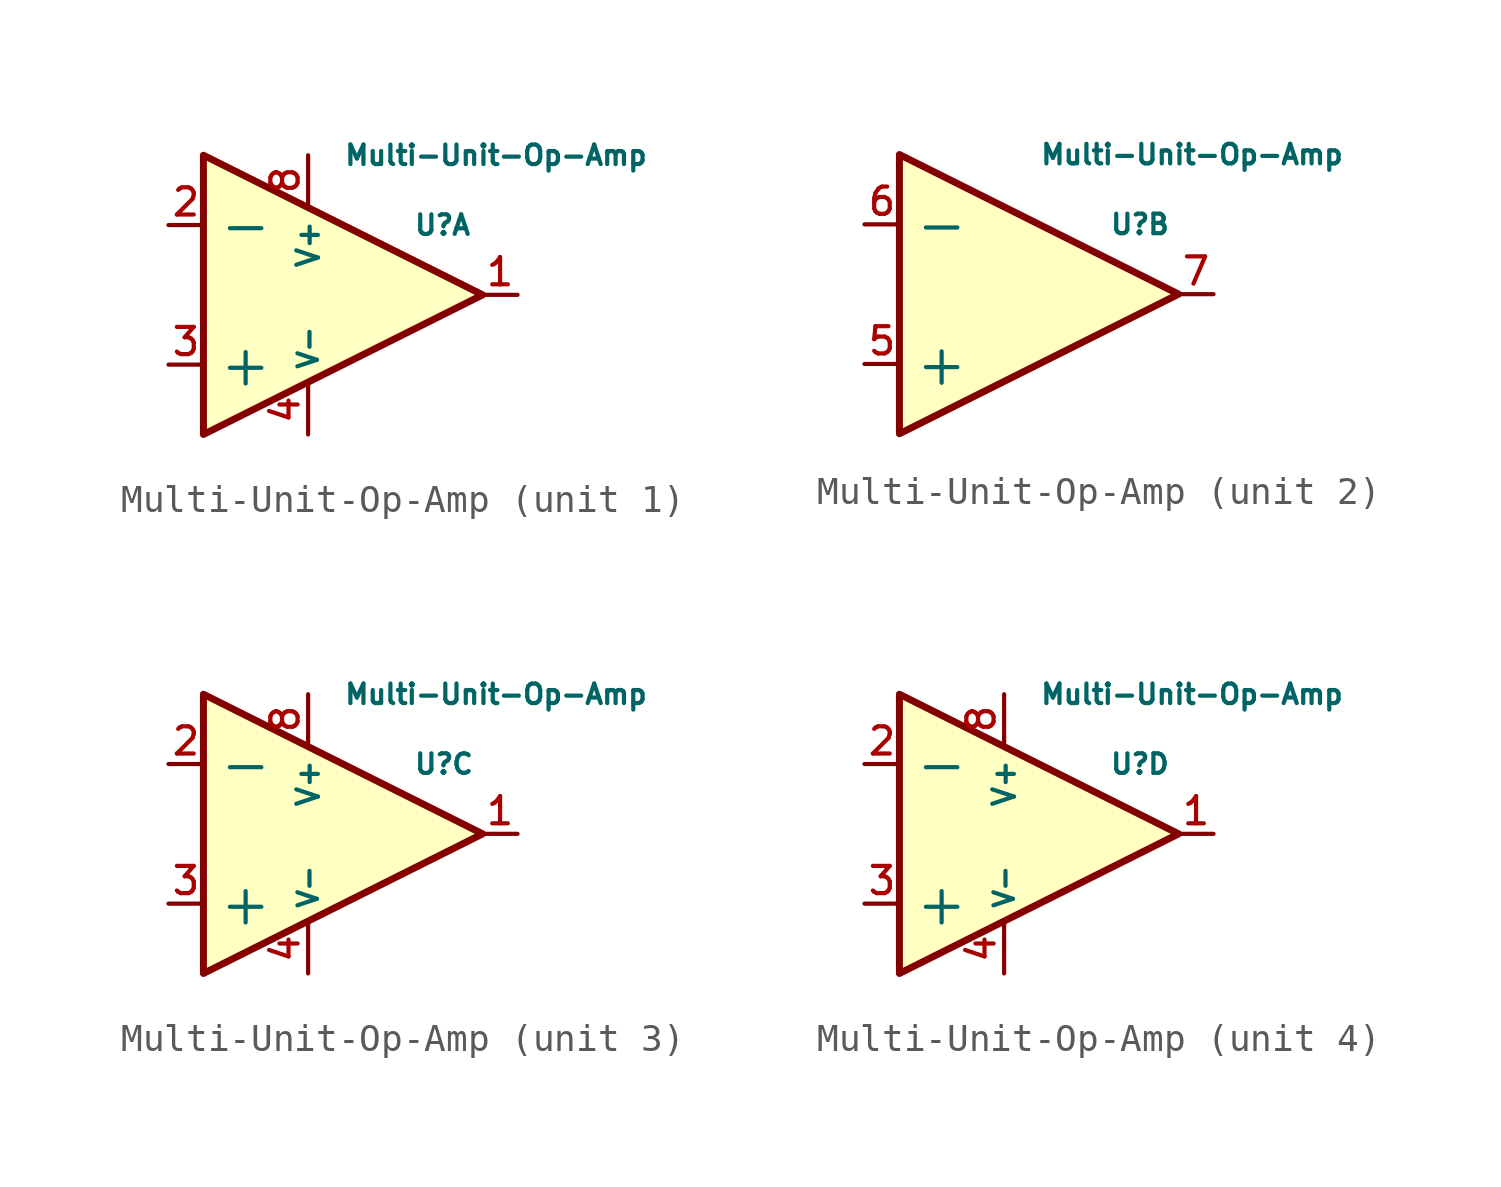
<source format=kicad_sym>
(kicad_symbol_lib
  (version 20220914)
  (generator kicad_symbol_editor)
  (symbol "Multi-Unit-Op-Amp"
    (property "Reference" "U"
      (at 3.81 2.54 0)
      (effects (font (size 0.711 0.711)) (justify left)))
    (property "Value" "Multi-Unit-Op-Amp"
      (at 1.27 5.08 0)
      (effects (font (size 0.711 0.711)) (justify left)))
    (symbol "Multi-Unit-Op-Amp_0_1"
      (polyline (pts (xy -3.81 -5.08) (xy 6.35 0) (xy -3.81 5.08) (xy -3.81 -5.08)) (stroke (width 0.254) (type solid)) (fill (type background))))
    (symbol "Multi-Unit-Op-Amp_1_1"
      (pin output line (at 7.62 0 180) (length 1.27) (name "~" (effects (font (size 0.991 0.991)))) (number "1" (effects (font (size 0.991 0.991)))))
      (pin input line (at -5.08 2.54 0) (length 1.27) (name "-" (effects (font (size 1.499 1.499)))) (number "2" (effects (font (size 0.991 0.991)))))
      (pin input line (at -5.08 -2.54 0) (length 1.27) (name "+" (effects (font (size 1.499 1.499)))) (number "3" (effects (font (size 0.991 0.991)))))
      (pin power_in line (at 0 -5.08 90) (length 1.803) (name "V-" (effects (font (size 0.711 0.711)))) (number "4" (effects (font (size 0.991 0.991)))))
      (pin power_in line (at 0 5.08 270) (length 1.803) (name "V+" (effects (font (size 0.787 0.787)))) (number "8" (effects (font (size 0.991 0.991))))))
    (symbol "Multi-Unit-Op-Amp_2_1"
      (pin input line (at -5.08 -2.54 0) (length 1.27) (name "+" (effects (font (size 1.499 1.499)))) (number "5" (effects (font (size 0.991 0.991)))))
      (pin input line (at -5.08 2.54 0) (length 1.27) (name "-" (effects (font (size 1.499 1.499)))) (number "6" (effects (font (size 0.991 0.991)))))
      (pin output line (at 7.62 0 180) (length 1.27) (name "~" (effects (font (size 0.991 0.991)))) (number "7" (effects (font (size 0.991 0.991))))))
    (symbol "Multi-Unit-Op-Amp_3_1"
      (pin output line (at 7.62 0 180) (length 1.27) (name "~" (effects (font (size 0.991 0.991)))) (number "1" (effects (font (size 0.991 0.991)))))
      (pin input line (at -5.08 2.54 0) (length 1.27) (name "-" (effects (font (size 1.499 1.499)))) (number "2" (effects (font (size 0.991 0.991)))))
      (pin input line (at -5.08 -2.54 0) (length 1.27) (name "+" (effects (font (size 1.499 1.499)))) (number "3" (effects (font (size 0.991 0.991)))))
      (pin power_in line (at 0 -5.08 90) (length 1.803) (name "V-" (effects (font (size 0.711 0.711)))) (number "4" (effects (font (size 0.991 0.991)))))
      (pin power_in line (at 0 5.08 270) (length 1.803) (name "V+" (effects (font (size 0.787 0.787)))) (number "8" (effects (font (size 0.991 0.991))))))
    (symbol "Multi-Unit-Op-Amp_4_1"
      (pin output line (at 7.62 0 180) (length 1.27) (name "~" (effects (font (size 0.991 0.991)))) (number "1" (effects (font (size 0.991 0.991)))))
      (pin input line (at -5.08 2.54 0) (length 1.27) (name "-" (effects (font (size 1.499 1.499)))) (number "2" (effects (font (size 0.991 0.991)))))
      (pin input line (at -5.08 -2.54 0) (length 1.27) (name "+" (effects (font (size 1.499 1.499)))) (number "3" (effects (font (size 0.991 0.991)))))
      (pin power_in line (at 0 -5.08 90) (length 1.803) (name "V-" (effects (font (size 0.711 0.711)))) (number "4" (effects (font (size 0.991 0.991)))))
      (pin power_in line (at 0 5.08 270) (length 1.803) (name "V+" (effects (font (size 0.787 0.787)))) (number "8" (effects (font (size 0.991 0.991))))))))
</source>
